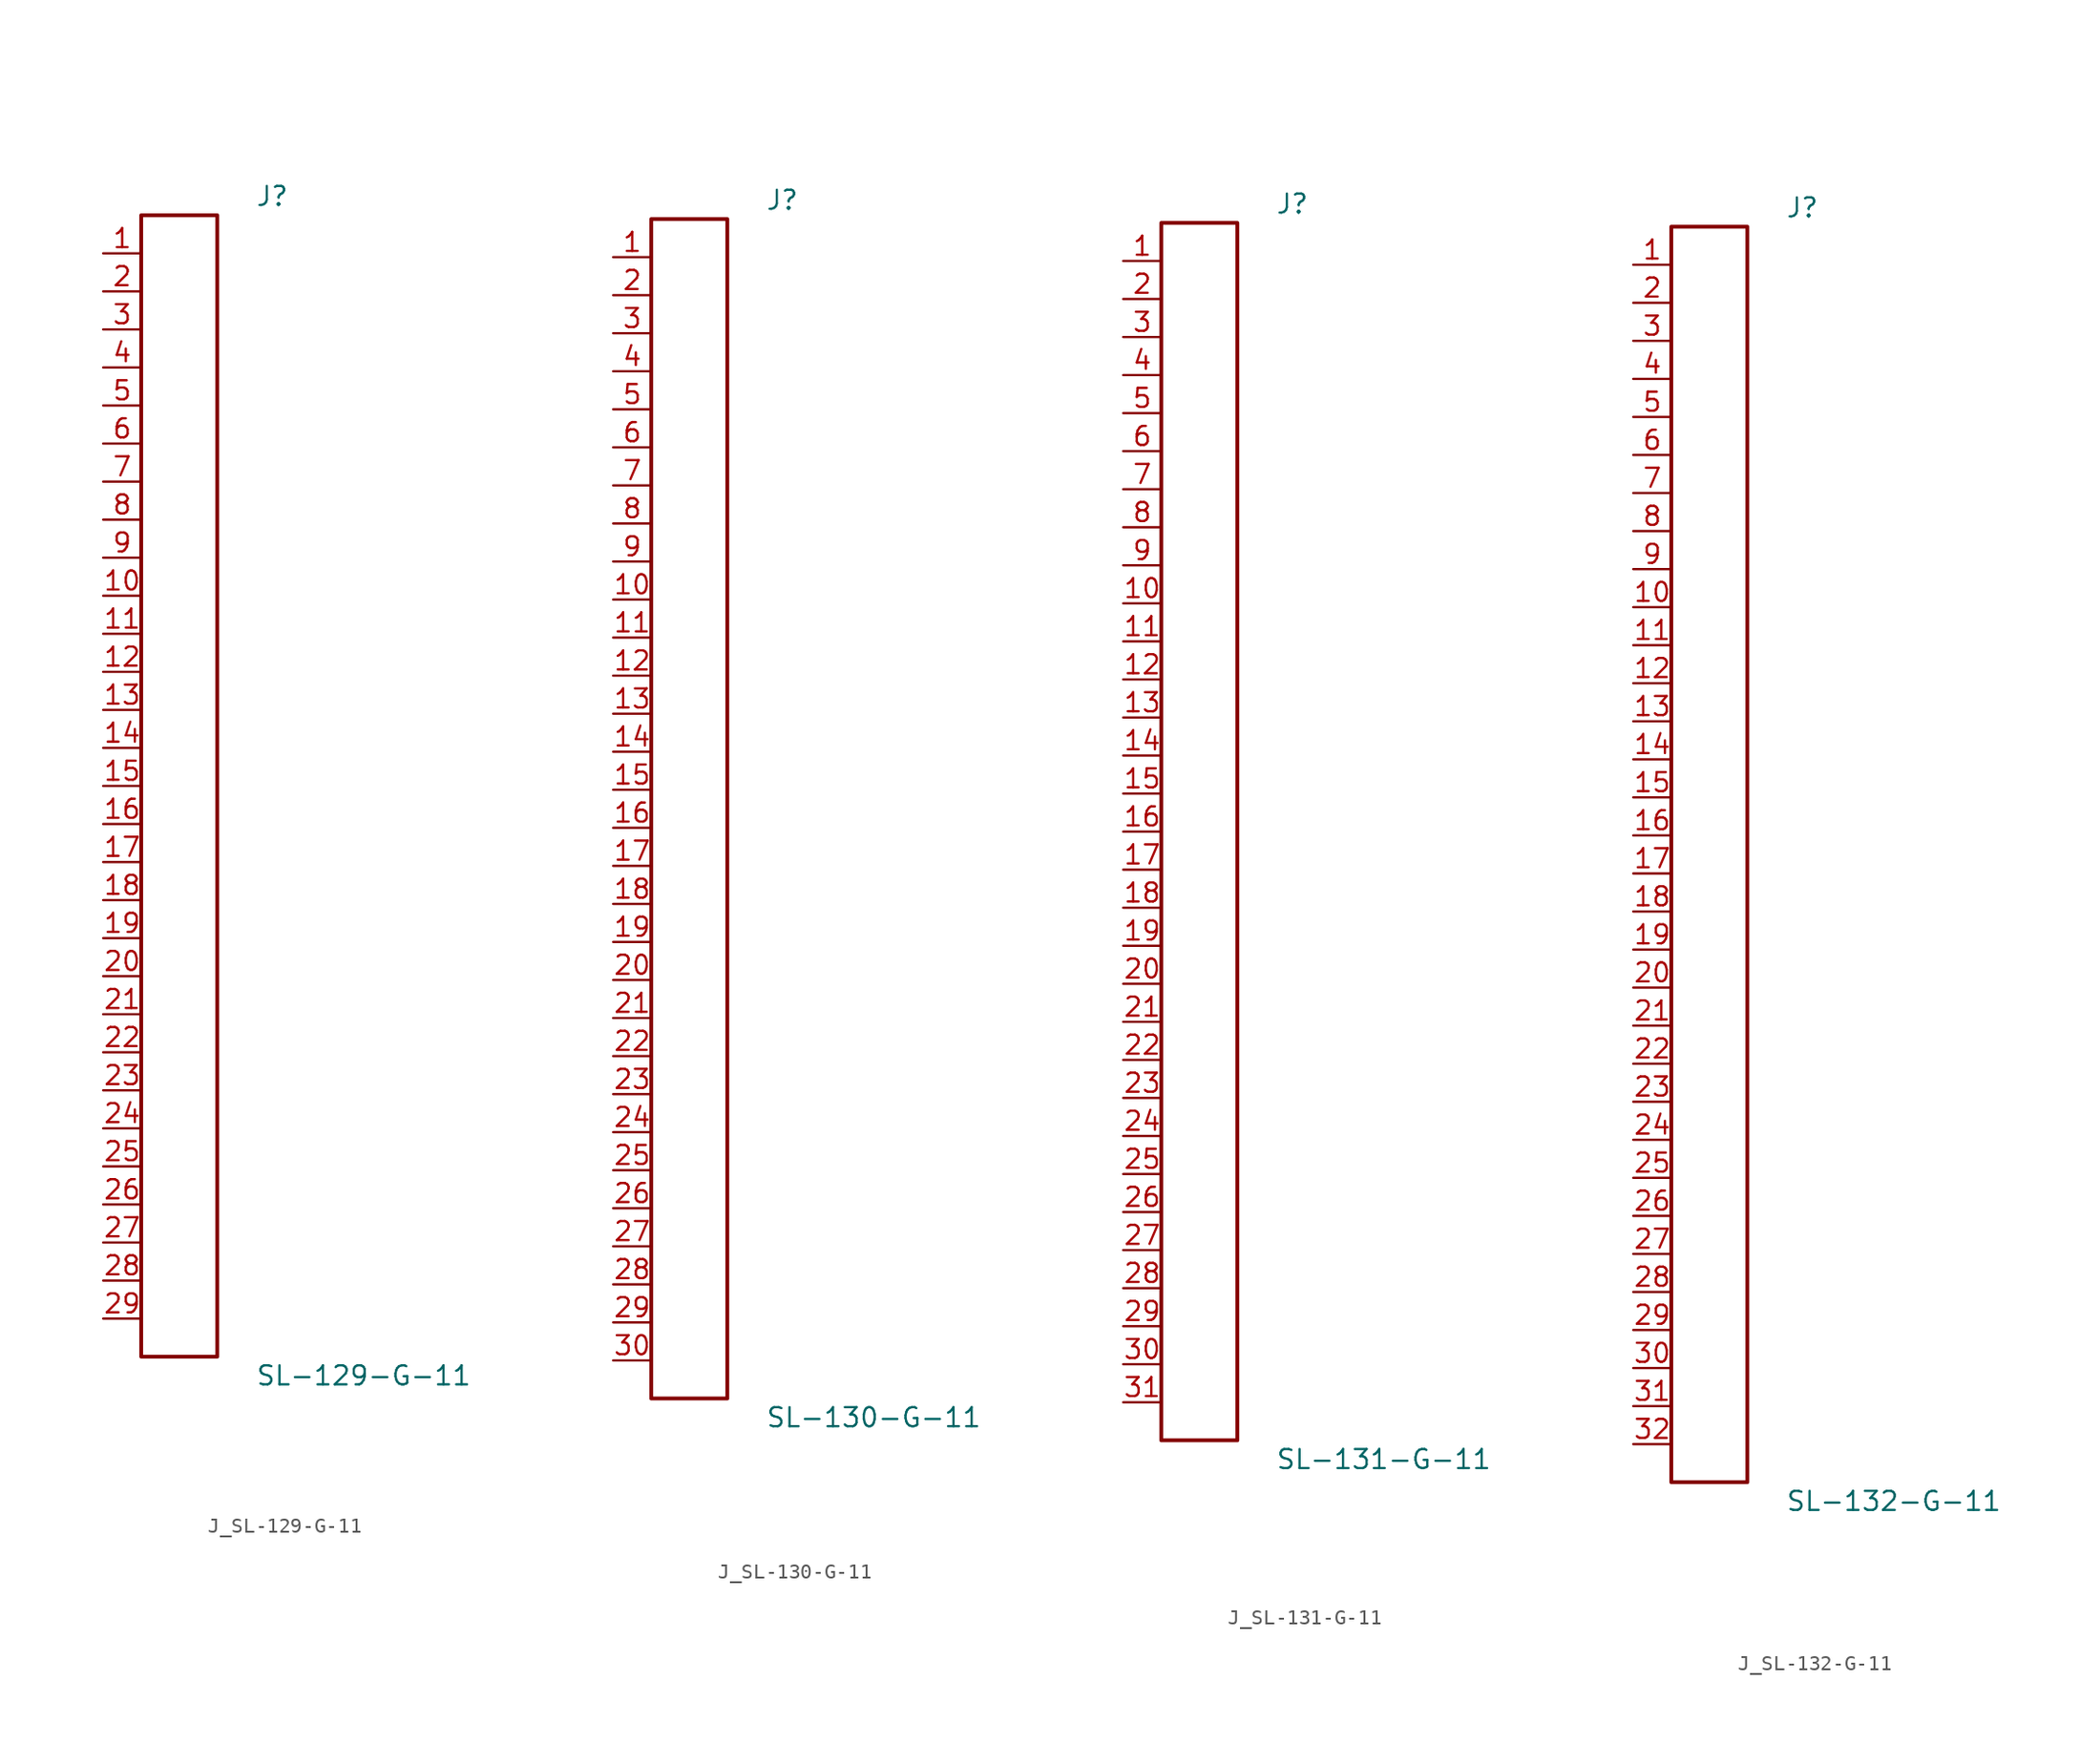
<source format=kicad_sym>
(kicad_symbol_lib
  (version 20231120)
  (generator kicad_symbol_editor)
  (generator_version 8.0)
  (symbol "J_SL-129-G-11"
    (pin_names
      (offset 0.254))
    (property "Reference" "J"
      (at 5.08 39.37 0)
      (effects (font (size 1.27 1.27)) (justify left)))
    (property "Value" "SL-129-G-11"
      (at 5.08 -39.37 0)
      (effects (font (size 1.27 1.27)) (justify left)))
    (symbol "J_SL-129-G-11_0_0"
      (pin unspecified line (at -5.08 35.56 0) (length 2.54) (name "" (effects (font (size 1.27 1.27)))) (number "1" (effects (font (size 1.27 1.27)))))
      (pin unspecified line (at -5.08 33.02 0) (length 2.54) (name "" (effects (font (size 1.27 1.27)))) (number "2" (effects (font (size 1.27 1.27)))))
      (pin unspecified line (at -5.08 30.48 0) (length 2.54) (name "" (effects (font (size 1.27 1.27)))) (number "3" (effects (font (size 1.27 1.27)))))
      (pin unspecified line (at -5.08 27.94 0) (length 2.54) (name "" (effects (font (size 1.27 1.27)))) (number "4" (effects (font (size 1.27 1.27)))))
      (pin unspecified line (at -5.08 25.4 0) (length 2.54) (name "" (effects (font (size 1.27 1.27)))) (number "5" (effects (font (size 1.27 1.27)))))
      (pin unspecified line (at -5.08 22.86 0) (length 2.54) (name "" (effects (font (size 1.27 1.27)))) (number "6" (effects (font (size 1.27 1.27)))))
      (pin unspecified line (at -5.08 20.32 0) (length 2.54) (name "" (effects (font (size 1.27 1.27)))) (number "7" (effects (font (size 1.27 1.27)))))
      (pin unspecified line (at -5.08 17.78 0) (length 2.54) (name "" (effects (font (size 1.27 1.27)))) (number "8" (effects (font (size 1.27 1.27)))))
      (pin unspecified line (at -5.08 15.24 0) (length 2.54) (name "" (effects (font (size 1.27 1.27)))) (number "9" (effects (font (size 1.27 1.27)))))
      (pin unspecified line (at -5.08 12.7 0) (length 2.54) (name "" (effects (font (size 1.27 1.27)))) (number "10" (effects (font (size 1.27 1.27)))))
      (pin unspecified line (at -5.08 10.16 0) (length 2.54) (name "" (effects (font (size 1.27 1.27)))) (number "11" (effects (font (size 1.27 1.27)))))
      (pin unspecified line (at -5.08 7.62 0) (length 2.54) (name "" (effects (font (size 1.27 1.27)))) (number "12" (effects (font (size 1.27 1.27)))))
      (pin unspecified line (at -5.08 5.08 0) (length 2.54) (name "" (effects (font (size 1.27 1.27)))) (number "13" (effects (font (size 1.27 1.27)))))
      (pin unspecified line (at -5.08 2.54 0) (length 2.54) (name "" (effects (font (size 1.27 1.27)))) (number "14" (effects (font (size 1.27 1.27)))))
      (pin unspecified line (at -5.08 0.0 0) (length 2.54) (name "" (effects (font (size 1.27 1.27)))) (number "15" (effects (font (size 1.27 1.27)))))
      (pin unspecified line (at -5.08 -2.54 0) (length 2.54) (name "" (effects (font (size 1.27 1.27)))) (number "16" (effects (font (size 1.27 1.27)))))
      (pin unspecified line (at -5.08 -5.08 0) (length 2.54) (name "" (effects (font (size 1.27 1.27)))) (number "17" (effects (font (size 1.27 1.27)))))
      (pin unspecified line (at -5.08 -7.62 0) (length 2.54) (name "" (effects (font (size 1.27 1.27)))) (number "18" (effects (font (size 1.27 1.27)))))
      (pin unspecified line (at -5.08 -10.16 0) (length 2.54) (name "" (effects (font (size 1.27 1.27)))) (number "19" (effects (font (size 1.27 1.27)))))
      (pin unspecified line (at -5.08 -12.7 0) (length 2.54) (name "" (effects (font (size 1.27 1.27)))) (number "20" (effects (font (size 1.27 1.27)))))
      (pin unspecified line (at -5.08 -15.24 0) (length 2.54) (name "" (effects (font (size 1.27 1.27)))) (number "21" (effects (font (size 1.27 1.27)))))
      (pin unspecified line (at -5.08 -17.78 0) (length 2.54) (name "" (effects (font (size 1.27 1.27)))) (number "22" (effects (font (size 1.27 1.27)))))
      (pin unspecified line (at -5.08 -20.32 0) (length 2.54) (name "" (effects (font (size 1.27 1.27)))) (number "23" (effects (font (size 1.27 1.27)))))
      (pin unspecified line (at -5.08 -22.86 0) (length 2.54) (name "" (effects (font (size 1.27 1.27)))) (number "24" (effects (font (size 1.27 1.27)))))
      (pin unspecified line (at -5.08 -25.4 0) (length 2.54) (name "" (effects (font (size 1.27 1.27)))) (number "25" (effects (font (size 1.27 1.27)))))
      (pin unspecified line (at -5.08 -27.94 0) (length 2.54) (name "" (effects (font (size 1.27 1.27)))) (number "26" (effects (font (size 1.27 1.27)))))
      (pin unspecified line (at -5.08 -30.48 0) (length 2.54) (name "" (effects (font (size 1.27 1.27)))) (number "27" (effects (font (size 1.27 1.27)))))
      (pin unspecified line (at -5.08 -33.02 0) (length 2.54) (name "" (effects (font (size 1.27 1.27)))) (number "28" (effects (font (size 1.27 1.27)))))
      (pin unspecified line (at -5.08 -35.56 0) (length 2.54) (name "" (effects (font (size 1.27 1.27)))) (number "29" (effects (font (size 1.27 1.27))))))
    (symbol "J_SL-129-G-11_1_0"
      (rectangle (start -2.54 38.1) (end 2.54 -38.1) (stroke (width 0.254) (type solid)) (fill (type none)))))
  (symbol "J_SL-130-G-11"
    (pin_names
      (offset 0.254))
    (property "Reference" "J"
      (at 5.08 40.64 0)
      (effects (font (size 1.27 1.27)) (justify left)))
    (property "Value" "SL-130-G-11"
      (at 5.08 -40.64 0)
      (effects (font (size 1.27 1.27)) (justify left)))
    (symbol "J_SL-130-G-11_0_0"
      (pin unspecified line (at -5.08 36.83 0) (length 2.54) (name "" (effects (font (size 1.27 1.27)))) (number "1" (effects (font (size 1.27 1.27)))))
      (pin unspecified line (at -5.08 34.29 0) (length 2.54) (name "" (effects (font (size 1.27 1.27)))) (number "2" (effects (font (size 1.27 1.27)))))
      (pin unspecified line (at -5.08 31.75 0) (length 2.54) (name "" (effects (font (size 1.27 1.27)))) (number "3" (effects (font (size 1.27 1.27)))))
      (pin unspecified line (at -5.08 29.21 0) (length 2.54) (name "" (effects (font (size 1.27 1.27)))) (number "4" (effects (font (size 1.27 1.27)))))
      (pin unspecified line (at -5.08 26.67 0) (length 2.54) (name "" (effects (font (size 1.27 1.27)))) (number "5" (effects (font (size 1.27 1.27)))))
      (pin unspecified line (at -5.08 24.13 0) (length 2.54) (name "" (effects (font (size 1.27 1.27)))) (number "6" (effects (font (size 1.27 1.27)))))
      (pin unspecified line (at -5.08 21.59 0) (length 2.54) (name "" (effects (font (size 1.27 1.27)))) (number "7" (effects (font (size 1.27 1.27)))))
      (pin unspecified line (at -5.08 19.05 0) (length 2.54) (name "" (effects (font (size 1.27 1.27)))) (number "8" (effects (font (size 1.27 1.27)))))
      (pin unspecified line (at -5.08 16.51 0) (length 2.54) (name "" (effects (font (size 1.27 1.27)))) (number "9" (effects (font (size 1.27 1.27)))))
      (pin unspecified line (at -5.08 13.97 0) (length 2.54) (name "" (effects (font (size 1.27 1.27)))) (number "10" (effects (font (size 1.27 1.27)))))
      (pin unspecified line (at -5.08 11.43 0) (length 2.54) (name "" (effects (font (size 1.27 1.27)))) (number "11" (effects (font (size 1.27 1.27)))))
      (pin unspecified line (at -5.08 8.89 0) (length 2.54) (name "" (effects (font (size 1.27 1.27)))) (number "12" (effects (font (size 1.27 1.27)))))
      (pin unspecified line (at -5.08 6.35 0) (length 2.54) (name "" (effects (font (size 1.27 1.27)))) (number "13" (effects (font (size 1.27 1.27)))))
      (pin unspecified line (at -5.08 3.81 0) (length 2.54) (name "" (effects (font (size 1.27 1.27)))) (number "14" (effects (font (size 1.27 1.27)))))
      (pin unspecified line (at -5.08 1.27 0) (length 2.54) (name "" (effects (font (size 1.27 1.27)))) (number "15" (effects (font (size 1.27 1.27)))))
      (pin unspecified line (at -5.08 -1.27 0) (length 2.54) (name "" (effects (font (size 1.27 1.27)))) (number "16" (effects (font (size 1.27 1.27)))))
      (pin unspecified line (at -5.08 -3.81 0) (length 2.54) (name "" (effects (font (size 1.27 1.27)))) (number "17" (effects (font (size 1.27 1.27)))))
      (pin unspecified line (at -5.08 -6.35 0) (length 2.54) (name "" (effects (font (size 1.27 1.27)))) (number "18" (effects (font (size 1.27 1.27)))))
      (pin unspecified line (at -5.08 -8.89 0) (length 2.54) (name "" (effects (font (size 1.27 1.27)))) (number "19" (effects (font (size 1.27 1.27)))))
      (pin unspecified line (at -5.08 -11.43 0) (length 2.54) (name "" (effects (font (size 1.27 1.27)))) (number "20" (effects (font (size 1.27 1.27)))))
      (pin unspecified line (at -5.08 -13.97 0) (length 2.54) (name "" (effects (font (size 1.27 1.27)))) (number "21" (effects (font (size 1.27 1.27)))))
      (pin unspecified line (at -5.08 -16.51 0) (length 2.54) (name "" (effects (font (size 1.27 1.27)))) (number "22" (effects (font (size 1.27 1.27)))))
      (pin unspecified line (at -5.08 -19.05 0) (length 2.54) (name "" (effects (font (size 1.27 1.27)))) (number "23" (effects (font (size 1.27 1.27)))))
      (pin unspecified line (at -5.08 -21.59 0) (length 2.54) (name "" (effects (font (size 1.27 1.27)))) (number "24" (effects (font (size 1.27 1.27)))))
      (pin unspecified line (at -5.08 -24.13 0) (length 2.54) (name "" (effects (font (size 1.27 1.27)))) (number "25" (effects (font (size 1.27 1.27)))))
      (pin unspecified line (at -5.08 -26.67 0) (length 2.54) (name "" (effects (font (size 1.27 1.27)))) (number "26" (effects (font (size 1.27 1.27)))))
      (pin unspecified line (at -5.08 -29.21 0) (length 2.54) (name "" (effects (font (size 1.27 1.27)))) (number "27" (effects (font (size 1.27 1.27)))))
      (pin unspecified line (at -5.08 -31.75 0) (length 2.54) (name "" (effects (font (size 1.27 1.27)))) (number "28" (effects (font (size 1.27 1.27)))))
      (pin unspecified line (at -5.08 -34.29 0) (length 2.54) (name "" (effects (font (size 1.27 1.27)))) (number "29" (effects (font (size 1.27 1.27)))))
      (pin unspecified line (at -5.08 -36.83 0) (length 2.54) (name "" (effects (font (size 1.27 1.27)))) (number "30" (effects (font (size 1.27 1.27))))))
    (symbol "J_SL-130-G-11_1_0"
      (rectangle (start -2.54 39.37) (end 2.54 -39.37) (stroke (width 0.254) (type solid)) (fill (type none)))))
  (symbol "J_SL-131-G-11"
    (pin_names
      (offset 0.254))
    (property "Reference" "J"
      (at 5.08 41.91 0)
      (effects (font (size 1.27 1.27)) (justify left)))
    (property "Value" "SL-131-G-11"
      (at 5.08 -41.91 0)
      (effects (font (size 1.27 1.27)) (justify left)))
    (symbol "J_SL-131-G-11_0_0"
      (pin unspecified line (at -5.08 38.1 0) (length 2.54) (name "" (effects (font (size 1.27 1.27)))) (number "1" (effects (font (size 1.27 1.27)))))
      (pin unspecified line (at -5.08 35.56 0) (length 2.54) (name "" (effects (font (size 1.27 1.27)))) (number "2" (effects (font (size 1.27 1.27)))))
      (pin unspecified line (at -5.08 33.02 0) (length 2.54) (name "" (effects (font (size 1.27 1.27)))) (number "3" (effects (font (size 1.27 1.27)))))
      (pin unspecified line (at -5.08 30.48 0) (length 2.54) (name "" (effects (font (size 1.27 1.27)))) (number "4" (effects (font (size 1.27 1.27)))))
      (pin unspecified line (at -5.08 27.94 0) (length 2.54) (name "" (effects (font (size 1.27 1.27)))) (number "5" (effects (font (size 1.27 1.27)))))
      (pin unspecified line (at -5.08 25.4 0) (length 2.54) (name "" (effects (font (size 1.27 1.27)))) (number "6" (effects (font (size 1.27 1.27)))))
      (pin unspecified line (at -5.08 22.86 0) (length 2.54) (name "" (effects (font (size 1.27 1.27)))) (number "7" (effects (font (size 1.27 1.27)))))
      (pin unspecified line (at -5.08 20.32 0) (length 2.54) (name "" (effects (font (size 1.27 1.27)))) (number "8" (effects (font (size 1.27 1.27)))))
      (pin unspecified line (at -5.08 17.78 0) (length 2.54) (name "" (effects (font (size 1.27 1.27)))) (number "9" (effects (font (size 1.27 1.27)))))
      (pin unspecified line (at -5.08 15.24 0) (length 2.54) (name "" (effects (font (size 1.27 1.27)))) (number "10" (effects (font (size 1.27 1.27)))))
      (pin unspecified line (at -5.08 12.7 0) (length 2.54) (name "" (effects (font (size 1.27 1.27)))) (number "11" (effects (font (size 1.27 1.27)))))
      (pin unspecified line (at -5.08 10.16 0) (length 2.54) (name "" (effects (font (size 1.27 1.27)))) (number "12" (effects (font (size 1.27 1.27)))))
      (pin unspecified line (at -5.08 7.62 0) (length 2.54) (name "" (effects (font (size 1.27 1.27)))) (number "13" (effects (font (size 1.27 1.27)))))
      (pin unspecified line (at -5.08 5.08 0) (length 2.54) (name "" (effects (font (size 1.27 1.27)))) (number "14" (effects (font (size 1.27 1.27)))))
      (pin unspecified line (at -5.08 2.54 0) (length 2.54) (name "" (effects (font (size 1.27 1.27)))) (number "15" (effects (font (size 1.27 1.27)))))
      (pin unspecified line (at -5.08 0.0 0) (length 2.54) (name "" (effects (font (size 1.27 1.27)))) (number "16" (effects (font (size 1.27 1.27)))))
      (pin unspecified line (at -5.08 -2.54 0) (length 2.54) (name "" (effects (font (size 1.27 1.27)))) (number "17" (effects (font (size 1.27 1.27)))))
      (pin unspecified line (at -5.08 -5.08 0) (length 2.54) (name "" (effects (font (size 1.27 1.27)))) (number "18" (effects (font (size 1.27 1.27)))))
      (pin unspecified line (at -5.08 -7.62 0) (length 2.54) (name "" (effects (font (size 1.27 1.27)))) (number "19" (effects (font (size 1.27 1.27)))))
      (pin unspecified line (at -5.08 -10.16 0) (length 2.54) (name "" (effects (font (size 1.27 1.27)))) (number "20" (effects (font (size 1.27 1.27)))))
      (pin unspecified line (at -5.08 -12.7 0) (length 2.54) (name "" (effects (font (size 1.27 1.27)))) (number "21" (effects (font (size 1.27 1.27)))))
      (pin unspecified line (at -5.08 -15.24 0) (length 2.54) (name "" (effects (font (size 1.27 1.27)))) (number "22" (effects (font (size 1.27 1.27)))))
      (pin unspecified line (at -5.08 -17.78 0) (length 2.54) (name "" (effects (font (size 1.27 1.27)))) (number "23" (effects (font (size 1.27 1.27)))))
      (pin unspecified line (at -5.08 -20.32 0) (length 2.54) (name "" (effects (font (size 1.27 1.27)))) (number "24" (effects (font (size 1.27 1.27)))))
      (pin unspecified line (at -5.08 -22.86 0) (length 2.54) (name "" (effects (font (size 1.27 1.27)))) (number "25" (effects (font (size 1.27 1.27)))))
      (pin unspecified line (at -5.08 -25.4 0) (length 2.54) (name "" (effects (font (size 1.27 1.27)))) (number "26" (effects (font (size 1.27 1.27)))))
      (pin unspecified line (at -5.08 -27.94 0) (length 2.54) (name "" (effects (font (size 1.27 1.27)))) (number "27" (effects (font (size 1.27 1.27)))))
      (pin unspecified line (at -5.08 -30.48 0) (length 2.54) (name "" (effects (font (size 1.27 1.27)))) (number "28" (effects (font (size 1.27 1.27)))))
      (pin unspecified line (at -5.08 -33.02 0) (length 2.54) (name "" (effects (font (size 1.27 1.27)))) (number "29" (effects (font (size 1.27 1.27)))))
      (pin unspecified line (at -5.08 -35.56 0) (length 2.54) (name "" (effects (font (size 1.27 1.27)))) (number "30" (effects (font (size 1.27 1.27)))))
      (pin unspecified line (at -5.08 -38.1 0) (length 2.54) (name "" (effects (font (size 1.27 1.27)))) (number "31" (effects (font (size 1.27 1.27))))))
    (symbol "J_SL-131-G-11_1_0"
      (rectangle (start -2.54 40.64) (end 2.54 -40.64) (stroke (width 0.254) (type solid)) (fill (type none)))))
  (symbol "J_SL-132-G-11"
    (pin_names
      (offset 0.254))
    (property "Reference" "J"
      (at 5.08 43.18 0)
      (effects (font (size 1.27 1.27)) (justify left)))
    (property "Value" "SL-132-G-11"
      (at 5.08 -43.18 0)
      (effects (font (size 1.27 1.27)) (justify left)))
    (symbol "J_SL-132-G-11_0_0"
      (pin unspecified line (at -5.08 39.37 0) (length 2.54) (name "" (effects (font (size 1.27 1.27)))) (number "1" (effects (font (size 1.27 1.27)))))
      (pin unspecified line (at -5.08 36.83 0) (length 2.54) (name "" (effects (font (size 1.27 1.27)))) (number "2" (effects (font (size 1.27 1.27)))))
      (pin unspecified line (at -5.08 34.29 0) (length 2.54) (name "" (effects (font (size 1.27 1.27)))) (number "3" (effects (font (size 1.27 1.27)))))
      (pin unspecified line (at -5.08 31.75 0) (length 2.54) (name "" (effects (font (size 1.27 1.27)))) (number "4" (effects (font (size 1.27 1.27)))))
      (pin unspecified line (at -5.08 29.21 0) (length 2.54) (name "" (effects (font (size 1.27 1.27)))) (number "5" (effects (font (size 1.27 1.27)))))
      (pin unspecified line (at -5.08 26.67 0) (length 2.54) (name "" (effects (font (size 1.27 1.27)))) (number "6" (effects (font (size 1.27 1.27)))))
      (pin unspecified line (at -5.08 24.13 0) (length 2.54) (name "" (effects (font (size 1.27 1.27)))) (number "7" (effects (font (size 1.27 1.27)))))
      (pin unspecified line (at -5.08 21.59 0) (length 2.54) (name "" (effects (font (size 1.27 1.27)))) (number "8" (effects (font (size 1.27 1.27)))))
      (pin unspecified line (at -5.08 19.05 0) (length 2.54) (name "" (effects (font (size 1.27 1.27)))) (number "9" (effects (font (size 1.27 1.27)))))
      (pin unspecified line (at -5.08 16.51 0) (length 2.54) (name "" (effects (font (size 1.27 1.27)))) (number "10" (effects (font (size 1.27 1.27)))))
      (pin unspecified line (at -5.08 13.97 0) (length 2.54) (name "" (effects (font (size 1.27 1.27)))) (number "11" (effects (font (size 1.27 1.27)))))
      (pin unspecified line (at -5.08 11.43 0) (length 2.54) (name "" (effects (font (size 1.27 1.27)))) (number "12" (effects (font (size 1.27 1.27)))))
      (pin unspecified line (at -5.08 8.89 0) (length 2.54) (name "" (effects (font (size 1.27 1.27)))) (number "13" (effects (font (size 1.27 1.27)))))
      (pin unspecified line (at -5.08 6.35 0) (length 2.54) (name "" (effects (font (size 1.27 1.27)))) (number "14" (effects (font (size 1.27 1.27)))))
      (pin unspecified line (at -5.08 3.81 0) (length 2.54) (name "" (effects (font (size 1.27 1.27)))) (number "15" (effects (font (size 1.27 1.27)))))
      (pin unspecified line (at -5.08 1.27 0) (length 2.54) (name "" (effects (font (size 1.27 1.27)))) (number "16" (effects (font (size 1.27 1.27)))))
      (pin unspecified line (at -5.08 -1.27 0) (length 2.54) (name "" (effects (font (size 1.27 1.27)))) (number "17" (effects (font (size 1.27 1.27)))))
      (pin unspecified line (at -5.08 -3.81 0) (length 2.54) (name "" (effects (font (size 1.27 1.27)))) (number "18" (effects (font (size 1.27 1.27)))))
      (pin unspecified line (at -5.08 -6.35 0) (length 2.54) (name "" (effects (font (size 1.27 1.27)))) (number "19" (effects (font (size 1.27 1.27)))))
      (pin unspecified line (at -5.08 -8.89 0) (length 2.54) (name "" (effects (font (size 1.27 1.27)))) (number "20" (effects (font (size 1.27 1.27)))))
      (pin unspecified line (at -5.08 -11.43 0) (length 2.54) (name "" (effects (font (size 1.27 1.27)))) (number "21" (effects (font (size 1.27 1.27)))))
      (pin unspecified line (at -5.08 -13.97 0) (length 2.54) (name "" (effects (font (size 1.27 1.27)))) (number "22" (effects (font (size 1.27 1.27)))))
      (pin unspecified line (at -5.08 -16.51 0) (length 2.54) (name "" (effects (font (size 1.27 1.27)))) (number "23" (effects (font (size 1.27 1.27)))))
      (pin unspecified line (at -5.08 -19.05 0) (length 2.54) (name "" (effects (font (size 1.27 1.27)))) (number "24" (effects (font (size 1.27 1.27)))))
      (pin unspecified line (at -5.08 -21.59 0) (length 2.54) (name "" (effects (font (size 1.27 1.27)))) (number "25" (effects (font (size 1.27 1.27)))))
      (pin unspecified line (at -5.08 -24.13 0) (length 2.54) (name "" (effects (font (size 1.27 1.27)))) (number "26" (effects (font (size 1.27 1.27)))))
      (pin unspecified line (at -5.08 -26.67 0) (length 2.54) (name "" (effects (font (size 1.27 1.27)))) (number "27" (effects (font (size 1.27 1.27)))))
      (pin unspecified line (at -5.08 -29.21 0) (length 2.54) (name "" (effects (font (size 1.27 1.27)))) (number "28" (effects (font (size 1.27 1.27)))))
      (pin unspecified line (at -5.08 -31.75 0) (length 2.54) (name "" (effects (font (size 1.27 1.27)))) (number "29" (effects (font (size 1.27 1.27)))))
      (pin unspecified line (at -5.08 -34.29 0) (length 2.54) (name "" (effects (font (size 1.27 1.27)))) (number "30" (effects (font (size 1.27 1.27)))))
      (pin unspecified line (at -5.08 -36.83 0) (length 2.54) (name "" (effects (font (size 1.27 1.27)))) (number "31" (effects (font (size 1.27 1.27)))))
      (pin unspecified line (at -5.08 -39.37 0) (length 2.54) (name "" (effects (font (size 1.27 1.27)))) (number "32" (effects (font (size 1.27 1.27))))))
    (symbol "J_SL-132-G-11_1_0"
      (rectangle (start -2.54 41.91) (end 2.54 -41.91) (stroke (width 0.254) (type solid)) (fill (type none))))))
</source>
